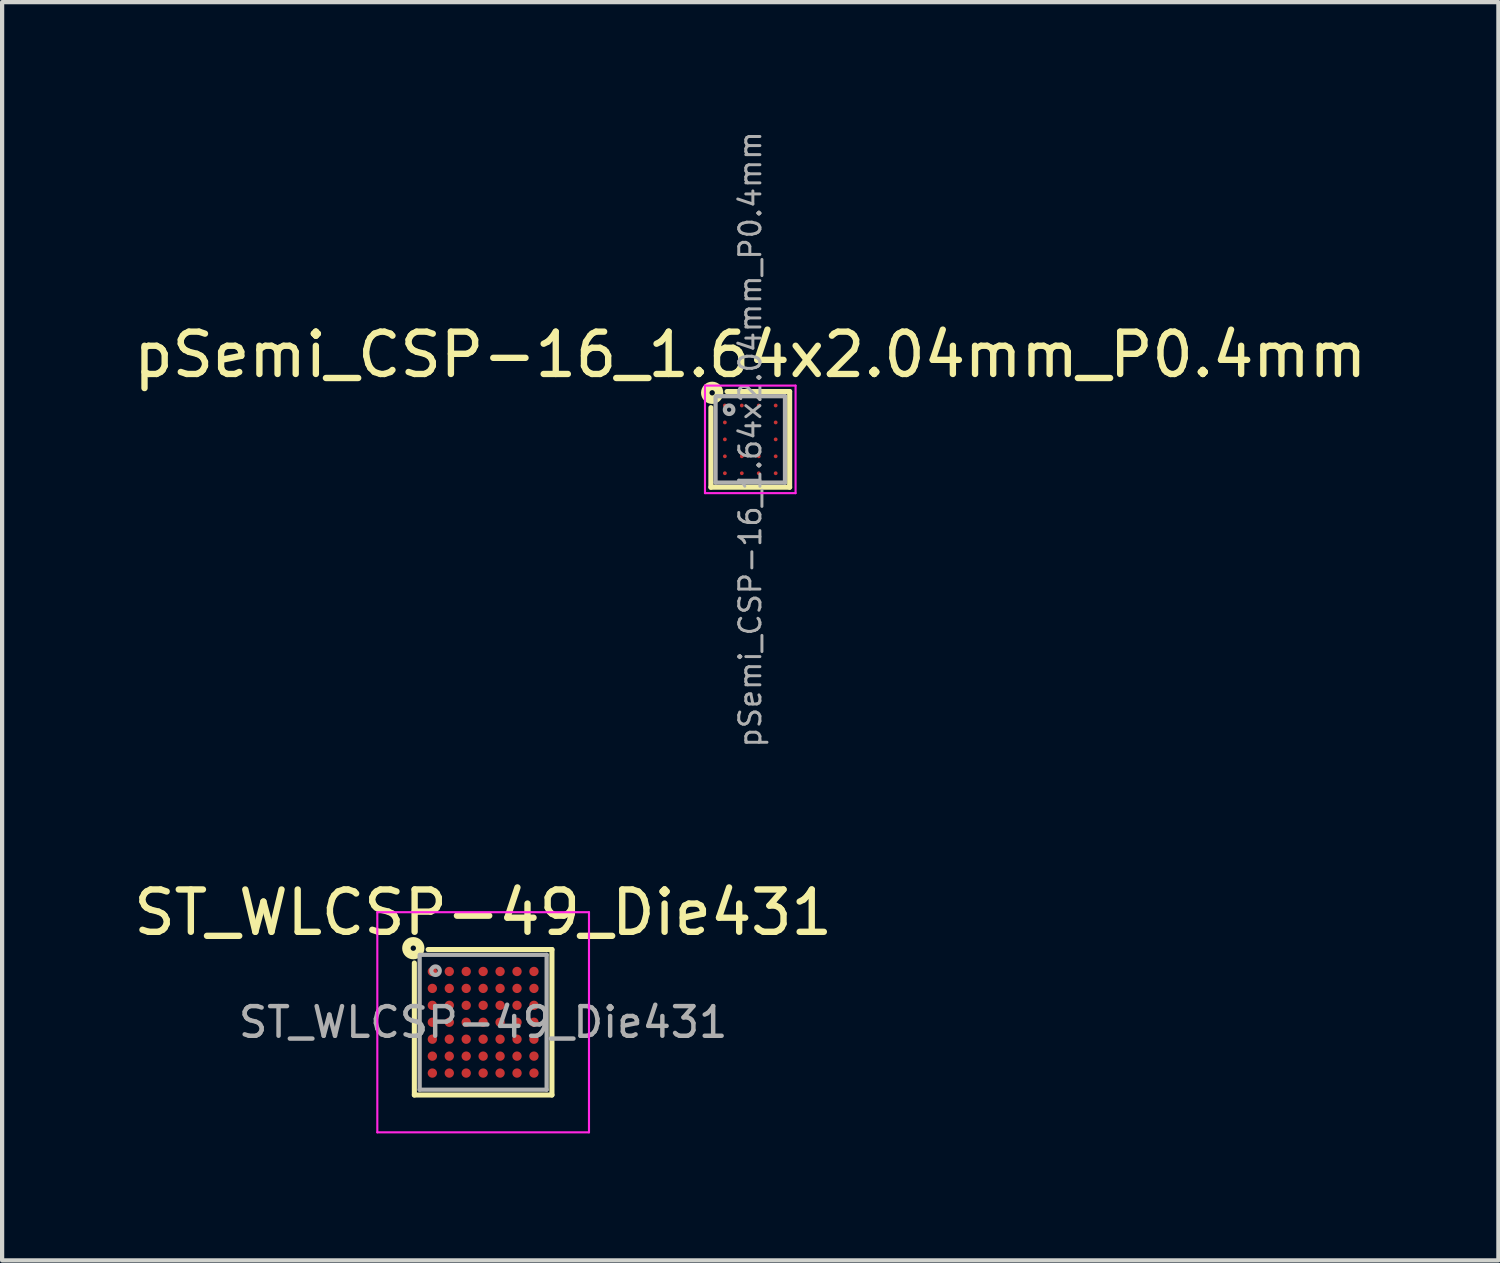
<source format=kicad_pcb>
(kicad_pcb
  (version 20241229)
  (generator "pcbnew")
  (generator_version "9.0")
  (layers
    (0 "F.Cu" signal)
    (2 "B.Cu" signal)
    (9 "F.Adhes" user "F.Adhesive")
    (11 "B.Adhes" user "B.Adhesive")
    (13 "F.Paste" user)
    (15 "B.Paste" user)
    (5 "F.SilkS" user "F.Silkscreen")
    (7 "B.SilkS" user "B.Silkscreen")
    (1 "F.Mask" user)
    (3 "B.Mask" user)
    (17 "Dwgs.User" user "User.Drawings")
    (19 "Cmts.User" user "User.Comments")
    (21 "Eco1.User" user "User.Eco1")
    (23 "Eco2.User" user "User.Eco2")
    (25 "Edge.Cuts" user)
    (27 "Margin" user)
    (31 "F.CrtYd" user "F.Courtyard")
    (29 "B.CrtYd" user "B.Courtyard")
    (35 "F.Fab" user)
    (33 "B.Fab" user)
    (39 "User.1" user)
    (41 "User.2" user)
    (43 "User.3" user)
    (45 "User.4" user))
  (footprint "pSemi_CSP-16_1.64x2.04mm_P0.4mm"
    (layer "F.Cu")
    (at 14.673 7.329)
    (property "Reference" "pSemi_CSP-16_1.64x2.04mm_P0.4mm" (at 0 -2 0) (layer "F.SilkS") (effects (font (size 1 1) (thickness 0.15))))
    (attr smd)
    (fp_line (start -0.93 -0.75) (end -0.93 1.13) (stroke (width 0.12) (type solid)) (layer "F.SilkS"))
    (fp_line (start 0.93 -1.13) (end -0.55 -1.13) (stroke (width 0.12) (type solid)) (layer "F.SilkS"))
    (fp_line (start 0.93 -1.13) (end 0.93 1.13) (stroke (width 0.12) (type solid)) (layer "F.SilkS"))
    (fp_line (start 0.93 1.13) (end -0.93 1.13) (stroke (width 0.12) (type solid)) (layer "F.SilkS"))
    (fp_circle (center -0.9 -1.1) (end -0.837 -1.1) (stroke (width 0.2) (type solid)) (fill no) (layer "F.SilkS"))
    (fp_line (start -1.07 -1.27) (end -1.07 1.27) (stroke (width 0.05) (type solid)) (layer "F.CrtYd"))
    (fp_line (start 1.07 -1.27) (end -1.07 -1.27) (stroke (width 0.05) (type solid)) (layer "F.CrtYd"))
    (fp_line (start 1.07 -1.27) (end 1.07 1.27) (stroke (width 0.05) (type solid)) (layer "F.CrtYd"))
    (fp_line (start 1.07 1.27) (end -1.07 1.27) (stroke (width 0.05) (type solid)) (layer "F.CrtYd"))
    (fp_line (start -0.82 1.02) (end -0.82 -1) (stroke (width 0.1) (type solid)) (layer "F.Fab"))
    (fp_line (start -0.8 -1.02) (end 0.82 -1.02) (stroke (width 0.1) (type solid)) (layer "F.Fab"))
    (fp_line (start 0.82 -1.02) (end 0.82 1.02) (stroke (width 0.1) (type solid)) (layer "F.Fab"))
    (fp_line (start 0.82 1.02) (end -0.82 1.02) (stroke (width 0.1) (type solid)) (layer "F.Fab"))
    (fp_circle (center -0.5 -0.7) (end -0.4 -0.7) (stroke (width 0.1) (type solid)) (fill no) (layer "F.Fab"))
    (fp_text user "${REFERENCE}" (at 0 0 90) (layer "F.Fab") (effects (font (size 0.5 0.5) (thickness 0.07))))
    (pad "1" smd circle (at -0.6 -0.8) (size 0.09 0.09) (layers "F.Cu" "F.Mask" "F.Paste"))
    (pad "2" smd circle (at -0.6 -0.4) (size 0.09 0.09) (layers "F.Cu" "F.Mask" "F.Paste"))
    (pad "3" smd circle (at -0.6 0) (size 0.09 0.09) (layers "F.Cu" "F.Mask" "F.Paste"))
    (pad "4" smd circle (at -0.6 0.4) (size 0.09 0.09) (layers "F.Cu" "F.Mask" "F.Paste"))
    (pad "5" smd circle (at -0.6 0.8) (size 0.09 0.09) (layers "F.Cu" "F.Mask" "F.Paste"))
    (pad "6" smd circle (at -0.2 -0.8) (size 0.09 0.09) (layers "F.Cu" "F.Mask" "F.Paste"))
    (pad "7" smd circle (at -0.2 0.4) (size 0.09 0.09) (layers "F.Cu" "F.Mask" "F.Paste"))
    (pad "8" smd circle (at -0.2 0.8) (size 0.09 0.09) (layers "F.Cu" "F.Mask" "F.Paste"))
    (pad "9" smd circle (at 0.2 -0.8) (size 0.09 0.09) (layers "F.Cu" "F.Mask" "F.Paste"))
    (pad "10" smd circle (at 0.2 0.4) (size 0.09 0.09) (layers "F.Cu" "F.Mask" "F.Paste"))
    (pad "11" smd circle (at 0.2 0.8) (size 0.09 0.09) (layers "F.Cu" "F.Mask" "F.Paste"))
    (pad "12" smd circle (at 0.6 -0.8) (size 0.09 0.09) (layers "F.Cu" "F.Mask" "F.Paste"))
    (pad "13" smd circle (at 0.6 -0.4) (size 0.09 0.09) (layers "F.Cu" "F.Mask" "F.Paste"))
    (pad "14" smd circle (at 0.6 0) (size 0.09 0.09) (layers "F.Cu" "F.Mask" "F.Paste"))
    (pad "15" smd circle (at 0.6 0.4) (size 0.09 0.09) (layers "F.Cu" "F.Mask" "F.Paste"))
    (pad "16" smd circle (at 0.6 0.8) (size 0.09 0.09) (layers "F.Cu" "F.Mask" "F.Paste")))
  (footprint "ST_WLCSP-49_Die431"
    (layer "F.Cu")
    (at 8.363 21.098)
    (property "Reference" "ST_WLCSP-49_Die431" (at 0 -2.592 0) (layer "F.SilkS") (effects (font (size 1 1) (thickness 0.15))))
    (attr smd)
    (fp_line (start -1.625 1.718) (end -1.625 -1.4) (stroke (width 0.12) (type solid)) (layer "F.SilkS"))
    (fp_line (start -1.3 -1.718) (end 1.625 -1.718) (stroke (width 0.12) (type solid)) (layer "F.SilkS"))
    (fp_line (start 1.625 -1.718) (end 1.625 1.718) (stroke (width 0.12) (type solid)) (layer "F.SilkS"))
    (fp_line (start 1.625 1.718) (end -1.625 1.718) (stroke (width 0.12) (type solid)) (layer "F.SilkS"))
    (fp_circle (center -1.65 -1.75) (end -1.587 -1.75) (stroke (width 0.2) (type solid)) (fill no) (layer "F.SilkS"))
    (fp_line (start -2.5 -2.6) (end -2.5 2.6) (stroke (width 0.05) (type solid)) (layer "F.CrtYd"))
    (fp_line (start -2.5 2.6) (end 2.5 2.6) (stroke (width 0.05) (type solid)) (layer "F.CrtYd"))
    (fp_line (start 2.5 -2.6) (end -2.5 -2.6) (stroke (width 0.05) (type solid)) (layer "F.CrtYd"))
    (fp_line (start 2.5 2.6) (end 2.5 -2.6) (stroke (width 0.05) (type solid)) (layer "F.CrtYd"))
    (fp_line (start -1.5 1.593) (end -1.5 -1.59) (stroke (width 0.1) (type solid)) (layer "F.Fab"))
    (fp_line (start -1.49 -1.593) (end 1.5 -1.593) (stroke (width 0.1) (type solid)) (layer "F.Fab"))
    (fp_line (start 1.5 -1.593) (end 1.5 1.593) (stroke (width 0.1) (type solid)) (layer "F.Fab"))
    (fp_line (start 1.5 1.593) (end -1.5 1.593) (stroke (width 0.1) (type solid)) (layer "F.Fab"))
    (fp_circle (center -1.125 -1.218) (end -1.025 -1.218) (stroke (width 0.1) (type solid)) (fill no) (layer "F.Fab"))
    (fp_text user "${REFERENCE}" (at 0 0 0) (layer "F.Fab") (effects (font (size 0.7 0.7) (thickness 0.105))))
    (pad "A1" smd circle (at -1.2 -1.2) (size 0.22 0.22) (layers "F.Cu" "F.Mask" "F.Paste"))
    (pad "A2" smd circle (at -0.8 -1.2) (size 0.22 0.22) (layers "F.Cu" "F.Mask" "F.Paste"))
    (pad "A3" smd circle (at -0.4 -1.2) (size 0.22 0.22) (layers "F.Cu" "F.Mask" "F.Paste"))
    (pad "A4" smd circle (at 0 -1.2) (size 0.22 0.22) (layers "F.Cu" "F.Mask" "F.Paste"))
    (pad "A5" smd circle (at 0.4 -1.2) (size 0.22 0.22) (layers "F.Cu" "F.Mask" "F.Paste"))
    (pad "A6" smd circle (at 0.8 -1.2) (size 0.22 0.22) (layers "F.Cu" "F.Mask" "F.Paste"))
    (pad "A7" smd circle (at 1.2 -1.2) (size 0.22 0.22) (layers "F.Cu" "F.Mask" "F.Paste"))
    (pad "B1" smd circle (at -1.2 -0.8) (size 0.22 0.22) (layers "F.Cu" "F.Mask" "F.Paste"))
    (pad "B2" smd circle (at -0.8 -0.8) (size 0.22 0.22) (layers "F.Cu" "F.Mask" "F.Paste"))
    (pad "B3" smd circle (at -0.4 -0.8) (size 0.22 0.22) (layers "F.Cu" "F.Mask" "F.Paste"))
    (pad "B4" smd circle (at 0 -0.8) (size 0.22 0.22) (layers "F.Cu" "F.Mask" "F.Paste"))
    (pad "B5" smd circle (at 0.4 -0.8) (size 0.22 0.22) (layers "F.Cu" "F.Mask" "F.Paste"))
    (pad "B6" smd circle (at 0.8 -0.8) (size 0.22 0.22) (layers "F.Cu" "F.Mask" "F.Paste"))
    (pad "B7" smd circle (at 1.2 -0.8) (size 0.22 0.22) (layers "F.Cu" "F.Mask" "F.Paste"))
    (pad "C1" smd circle (at -1.2 -0.4) (size 0.22 0.22) (layers "F.Cu" "F.Mask" "F.Paste"))
    (pad "C2" smd circle (at -0.8 -0.4) (size 0.22 0.22) (layers "F.Cu" "F.Mask" "F.Paste"))
    (pad "C3" smd circle (at -0.4 -0.4) (size 0.22 0.22) (layers "F.Cu" "F.Mask" "F.Paste"))
    (pad "C4" smd circle (at 0 -0.4) (size 0.22 0.22) (layers "F.Cu" "F.Mask" "F.Paste"))
    (pad "C5" smd circle (at 0.4 -0.4) (size 0.22 0.22) (layers "F.Cu" "F.Mask" "F.Paste"))
    (pad "C6" smd circle (at 0.8 -0.4) (size 0.22 0.22) (layers "F.Cu" "F.Mask" "F.Paste"))
    (pad "C7" smd circle (at 1.2 -0.4) (size 0.22 0.22) (layers "F.Cu" "F.Mask" "F.Paste"))
    (pad "D1" smd circle (at -1.2 0) (size 0.22 0.22) (layers "F.Cu" "F.Mask" "F.Paste"))
    (pad "D2" smd circle (at -0.8 0) (size 0.22 0.22) (layers "F.Cu" "F.Mask" "F.Paste"))
    (pad "D3" smd circle (at -0.4 0) (size 0.22 0.22) (layers "F.Cu" "F.Mask" "F.Paste"))
    (pad "D4" smd circle (at 0 0) (size 0.22 0.22) (layers "F.Cu" "F.Mask" "F.Paste"))
    (pad "D5" smd circle (at 0.4 0) (size 0.22 0.22) (layers "F.Cu" "F.Mask" "F.Paste"))
    (pad "D6" smd circle (at 0.8 0) (size 0.22 0.22) (layers "F.Cu" "F.Mask" "F.Paste"))
    (pad "D7" smd circle (at 1.2 0) (size 0.22 0.22) (layers "F.Cu" "F.Mask" "F.Paste"))
    (pad "E1" smd circle (at -1.2 0.4) (size 0.22 0.22) (layers "F.Cu" "F.Mask" "F.Paste"))
    (pad "E2" smd circle (at -0.8 0.4) (size 0.22 0.22) (layers "F.Cu" "F.Mask" "F.Paste"))
    (pad "E3" smd circle (at -0.4 0.4) (size 0.22 0.22) (layers "F.Cu" "F.Mask" "F.Paste"))
    (pad "E4" smd circle (at 0 0.4) (size 0.22 0.22) (layers "F.Cu" "F.Mask" "F.Paste"))
    (pad "E5" smd circle (at 0.4 0.4) (size 0.22 0.22) (layers "F.Cu" "F.Mask" "F.Paste"))
    (pad "E6" smd circle (at 0.8 0.4) (size 0.22 0.22) (layers "F.Cu" "F.Mask" "F.Paste"))
    (pad "E7" smd circle (at 1.2 0.4) (size 0.22 0.22) (layers "F.Cu" "F.Mask" "F.Paste"))
    (pad "F1" smd circle (at -1.2 0.8) (size 0.22 0.22) (layers "F.Cu" "F.Mask" "F.Paste"))
    (pad "F2" smd circle (at -0.8 0.8) (size 0.22 0.22) (layers "F.Cu" "F.Mask" "F.Paste"))
    (pad "F3" smd circle (at -0.4 0.8) (size 0.22 0.22) (layers "F.Cu" "F.Mask" "F.Paste"))
    (pad "F4" smd circle (at 0 0.8) (size 0.22 0.22) (layers "F.Cu" "F.Mask" "F.Paste"))
    (pad "F5" smd circle (at 0.4 0.8) (size 0.22 0.22) (layers "F.Cu" "F.Mask" "F.Paste"))
    (pad "F6" smd circle (at 0.8 0.8) (size 0.22 0.22) (layers "F.Cu" "F.Mask" "F.Paste"))
    (pad "F7" smd circle (at 1.2 0.8) (size 0.22 0.22) (layers "F.Cu" "F.Mask" "F.Paste"))
    (pad "G1" smd circle (at -1.2 1.2) (size 0.22 0.22) (layers "F.Cu" "F.Mask" "F.Paste"))
    (pad "G2" smd circle (at -0.8 1.2) (size 0.22 0.22) (layers "F.Cu" "F.Mask" "F.Paste"))
    (pad "G3" smd circle (at -0.4 1.2) (size 0.22 0.22) (layers "F.Cu" "F.Mask" "F.Paste"))
    (pad "G4" smd circle (at 0 1.2) (size 0.22 0.22) (layers "F.Cu" "F.Mask" "F.Paste"))
    (pad "G5" smd circle (at 0.4 1.2) (size 0.22 0.22) (layers "F.Cu" "F.Mask" "F.Paste"))
    (pad "G6" smd circle (at 0.8 1.2) (size 0.22 0.22) (layers "F.Cu" "F.Mask" "F.Paste"))
    (pad "G7" smd circle (at 1.2 1.2) (size 0.22 0.22) (layers "F.Cu" "F.Mask" "F.Paste")))
  (gr_rect
    (start -3 -3)
    (end 32.345 26.723)
    (stroke (width 0.1) (type default))
    (fill no)
    (layer "Edge.Cuts")))
</source>
